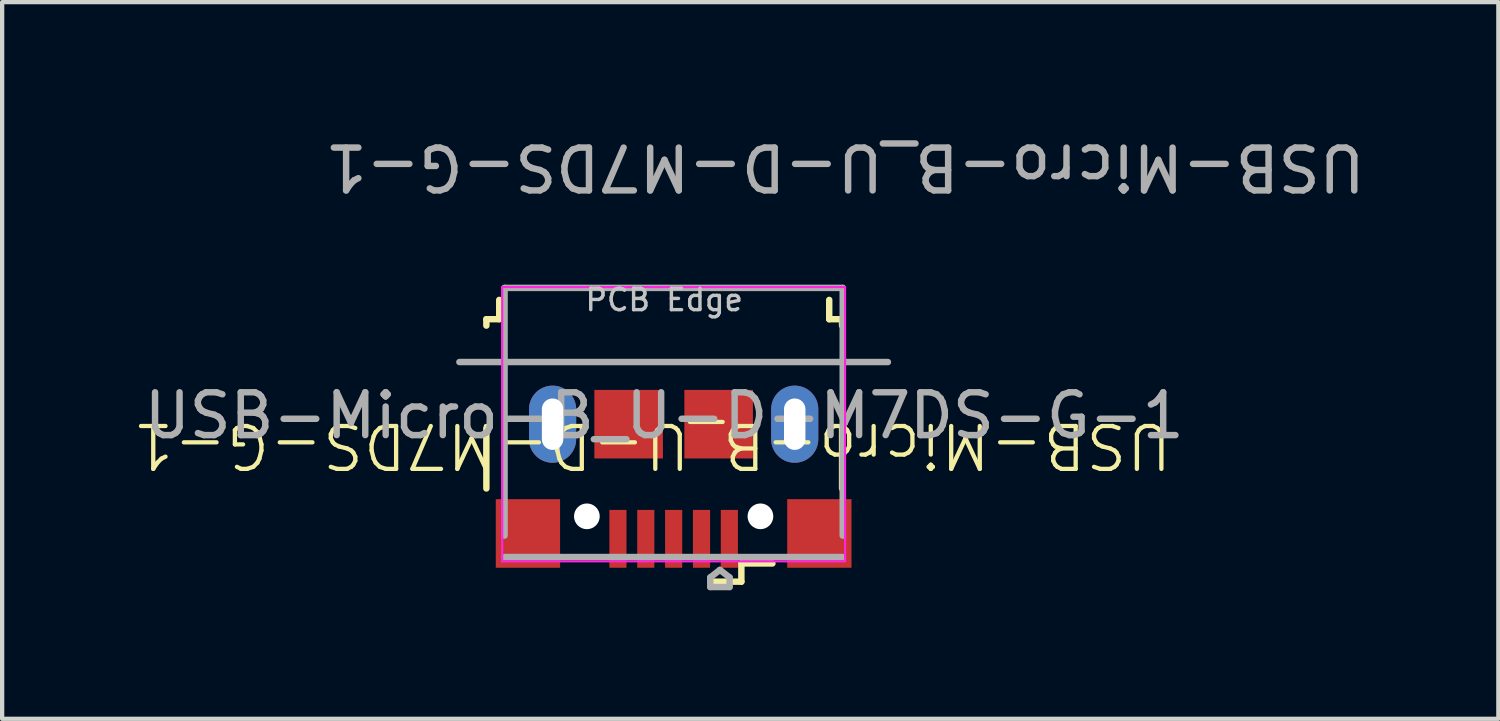
<source format=kicad_pcb>
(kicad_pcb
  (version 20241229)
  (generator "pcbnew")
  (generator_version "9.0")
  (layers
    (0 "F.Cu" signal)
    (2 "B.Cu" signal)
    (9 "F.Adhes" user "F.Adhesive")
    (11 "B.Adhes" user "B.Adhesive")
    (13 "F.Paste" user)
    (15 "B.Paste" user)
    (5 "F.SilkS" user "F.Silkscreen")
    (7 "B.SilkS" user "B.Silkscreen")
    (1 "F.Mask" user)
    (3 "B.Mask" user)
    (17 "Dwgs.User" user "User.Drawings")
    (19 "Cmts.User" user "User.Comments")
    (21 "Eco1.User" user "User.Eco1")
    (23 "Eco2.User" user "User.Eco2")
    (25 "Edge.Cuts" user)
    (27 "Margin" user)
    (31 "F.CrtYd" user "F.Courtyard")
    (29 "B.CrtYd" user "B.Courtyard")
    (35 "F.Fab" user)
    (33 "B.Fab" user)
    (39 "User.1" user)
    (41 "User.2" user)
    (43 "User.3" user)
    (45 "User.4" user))
  (footprint "USB-Micro-B_U-D-M7DS-G-1"
    (layer "F.Cu")
    (at 12.669 6.848)
    (property "Reference" "USB-Micro-B_U-D-M7DS-G-1" (at -0.5 0.5 180) (unlocked yes) (layer "F.SilkS") (effects (font (size 1 1) (thickness 0.1))))
    (attr smd)
    (fp_line (start -4.37 -2.45) (end -4.37 -2.3) (stroke (width 0.15) (type solid)) (layer "F.SilkS"))
    (fp_line (start -4.37 0.1) (end -4.37 1.5) (stroke (width 0.15) (type solid)) (layer "F.SilkS"))
    (fp_line (start -4.07 -2.9) (end -4.07 -2.45) (stroke (width 0.15) (type solid)) (layer "F.SilkS"))
    (fp_line (start -4.07 -2.45) (end -4.37 -2.45) (stroke (width 0.15) (type solid)) (layer "F.SilkS"))
    (fp_line (start 0.855 3.675) (end 1.58 3.675) (stroke (width 0.15) (type solid)) (layer "F.SilkS"))
    (fp_line (start 1.58 3.25) (end 2.305 3.25) (stroke (width 0.15) (type solid)) (layer "F.SilkS"))
    (fp_line (start 1.58 3.675) (end 1.58 3.25) (stroke (width 0.15) (type solid)) (layer "F.SilkS"))
    (fp_line (start 3.63 -2.45) (end 3.63 -2.9) (stroke (width 0.15) (type solid)) (layer "F.SilkS"))
    (fp_line (start 3.93 -2.45) (end 3.63 -2.45) (stroke (width 0.15) (type solid)) (layer "F.SilkS"))
    (fp_line (start 3.93 -2.3) (end 3.93 -2.45) (stroke (width 0.15) (type solid)) (layer "F.SilkS"))
    (fp_line (start 3.93 1.5) (end 3.93 0.1) (stroke (width 0.15) (type solid)) (layer "F.SilkS"))
    (fp_line (start -4 -3.2) (end -4 3.2) (stroke (width 0.05) (type solid)) (layer "F.CrtYd"))
    (fp_line (start -4 3.2) (end 4 3.2) (stroke (width 0.05) (type solid)) (layer "F.CrtYd"))
    (fp_line (start 4 -3.2) (end -4 -3.2) (stroke (width 0.05) (type solid)) (layer "F.CrtYd"))
    (fp_line (start 4 3.2) (end 4 -3.2) (stroke (width 0.05) (type solid)) (layer "F.CrtYd"))
    (fp_line (start -3.945 -3.18) (end -3.945 2.6) (stroke (width 0.15) (type solid)) (layer "F.Fab"))
    (fp_line (start -3.945 3.1) (end 3.945 3.1) (stroke (width 0.15) (type solid)) (layer "F.Fab"))
    (fp_line (start 0.855 3.575) (end 1.08 3.4) (stroke (width 0.15) (type solid)) (layer "F.Fab"))
    (fp_line (start 0.855 3.8) (end 0.855 3.575) (stroke (width 0.15) (type solid)) (layer "F.Fab"))
    (fp_line (start 1.08 3.4) (end 1.305 3.575) (stroke (width 0.15) (type solid)) (layer "F.Fab"))
    (fp_line (start 1.305 3.575) (end 1.305 3.8) (stroke (width 0.15) (type solid)) (layer "F.Fab"))
    (fp_line (start 1.305 3.8) (end 0.855 3.8) (stroke (width 0.15) (type solid)) (layer "F.Fab"))
    (fp_line (start 3.945 -3.18) (end -3.945 -3.18) (stroke (width 0.15) (type solid)) (layer "F.Fab"))
    (fp_line (start 3.945 2.6) (end 3.945 -3.18) (stroke (width 0.15) (type solid)) (layer "F.Fab"))
    (fp_line (start 5 -1.45) (end -5 -1.45) (stroke (width 0.15) (type solid)) (layer "F.Fab"))
    (fp_text user "PCB Edge" (at -0.22 -2.9 180) (layer "Dwgs.User") (effects (font (size 0.5 0.5) (thickness 0.08))))
    (fp_text user "${REFERENCE}" (at -0.22 -0.2 180) (layer "F.Fab") (effects (font (size 1 1) (thickness 0.15))))
    (fp_text user "${REFERENCE}" (at 4 -6 180) (unlocked yes) (layer "F.Fab") (effects (font (size 1 1) (thickness 0.15))))
    (pad "" np_thru_hole circle (at -2.025 2.15 180) (size 0.6 0.6) (drill 0.8) (layers "*.Cu" "*.Mask"))
    (pad "" np_thru_hole circle (at 2.025 2.15 180) (size 0.6 0.6) (drill 0.8) (layers "*.Cu" "*.Mask"))
    (pad "1" smd rect (at 1.3 2.675 180) (size 0.4 1.35) (layers "F.Cu" "F.Mask" "F.Paste"))
    (pad "2" smd rect (at 0.65 2.675 180) (size 0.4 1.35) (layers "F.Cu" "F.Mask" "F.Paste"))
    (pad "3" smd rect (at 0 2.675 180) (size 0.4 1.35) (layers "F.Cu" "F.Mask" "F.Paste"))
    (pad "4" smd rect (at -0.65 2.675 180) (size 0.4 1.35) (layers "F.Cu" "F.Mask" "F.Paste"))
    (pad "5" smd rect (at -1.3 2.675 180) (size 0.4 1.35) (layers "F.Cu" "F.Mask" "F.Paste"))
    (pad "6" smd rect (at -3.4 2.55 180) (size 1.5 1.6) (layers "F.Cu" "F.Mask" "F.Paste"))
    (pad "6" thru_hole oval (at -2.825 0 180) (size 1.1 1.8) (drill oval 0.5 1.2) (layers "*.Cu" "*.Mask"))
    (pad "6" smd rect (at -1.05 0 180) (size 1.6 1.6) (layers "F.Cu" "F.Mask" "F.Paste"))
    (pad "6" smd rect (at 1.05 0 180) (size 1.6 1.6) (layers "F.Cu" "F.Mask" "F.Paste"))
    (pad "6" thru_hole oval (at 2.825 0 180) (size 1.1 1.8) (drill oval 0.5 1.2) (layers "*.Cu" "*.Mask"))
    (pad "6" smd rect (at 3.4 2.55 180) (size 1.5 1.6) (layers "F.Cu" "F.Mask" "F.Paste")))
  (gr_rect
    (start -3 -3)
    (end 31.913 13.723)
    (stroke (width 0.1) (type default))
    (fill no)
    (layer "Edge.Cuts")))
</source>
